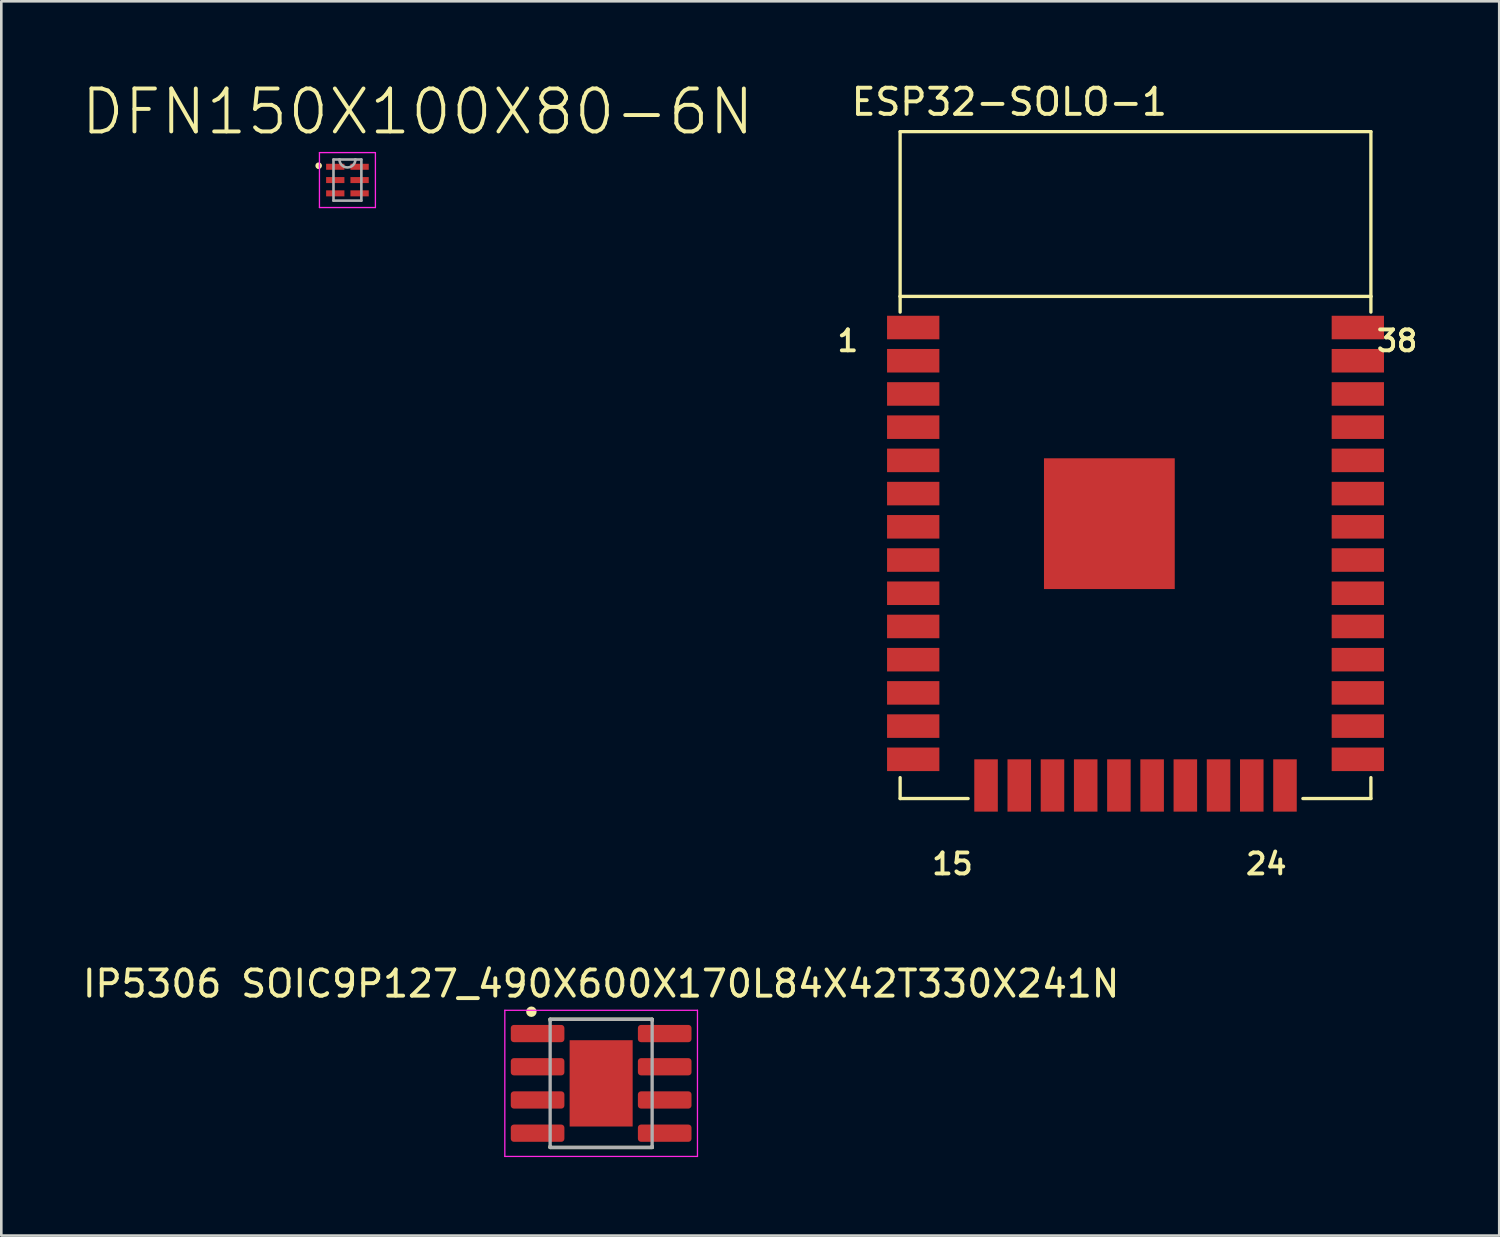
<source format=kicad_pcb>
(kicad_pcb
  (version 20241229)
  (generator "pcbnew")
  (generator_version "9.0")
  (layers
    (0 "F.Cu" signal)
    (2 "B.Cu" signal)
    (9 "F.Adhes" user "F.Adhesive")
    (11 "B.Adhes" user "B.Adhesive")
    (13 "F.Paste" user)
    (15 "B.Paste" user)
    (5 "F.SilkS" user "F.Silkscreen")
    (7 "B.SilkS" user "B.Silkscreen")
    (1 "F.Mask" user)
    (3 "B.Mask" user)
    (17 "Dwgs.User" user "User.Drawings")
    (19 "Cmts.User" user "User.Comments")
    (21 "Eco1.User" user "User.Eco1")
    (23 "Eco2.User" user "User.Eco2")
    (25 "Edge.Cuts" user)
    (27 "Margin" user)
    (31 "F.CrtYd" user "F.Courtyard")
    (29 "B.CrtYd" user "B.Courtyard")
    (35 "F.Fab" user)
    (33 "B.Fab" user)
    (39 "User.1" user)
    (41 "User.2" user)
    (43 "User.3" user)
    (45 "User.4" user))
  (footprint "DFN150X100X80-6N"
    (layer "F.Cu")
    (at 10.234 3.835)
    (property "Reference" "DFN150X100X80-6N" (at 2.686 -2.612 0) (layer "F.SilkS") (effects (font (size 1.642 1.642) (thickness 0.15))))
    (attr smd)
    (fp_circle (center -1.1 -0.55) (end -1.05 -0.55) (stroke (width 0.05) (type solid)) (fill no) (layer "F.SilkS"))
    (fp_circle (center -1.1 -0.55) (end -1.029 -0.55) (stroke (width 0.05) (type solid)) (fill no) (layer "F.SilkS"))
    (fp_circle (center -1.1 -0.55) (end -1.029 -0.55) (stroke (width 0.05) (type solid)) (fill no) (layer "F.SilkS"))
    (fp_circle (center -1.1 -0.55) (end -1 -0.55) (stroke (width 0.05) (type solid)) (fill no) (layer "F.SilkS"))
    (fp_circle (center -1.1 -0.5) (end -1.05 -0.5) (stroke (width 0.05) (type solid)) (fill no) (layer "F.SilkS"))
    (fp_line (start -1.07 -1.05) (end 1.07 -1.05) (stroke (width 0.05) (type solid)) (layer "F.CrtYd"))
    (fp_line (start -1.07 1.05) (end -1.07 -1.05) (stroke (width 0.05) (type solid)) (layer "F.CrtYd"))
    (fp_line (start -1.07 1.05) (end 1.07 1.05) (stroke (width 0.05) (type solid)) (layer "F.CrtYd"))
    (fp_line (start 1.07 -1.05) (end 1.07 1.05) (stroke (width 0.05) (type solid)) (layer "F.CrtYd"))
    (fp_line (start -0.533 -0.787) (end -0.533 0.787) (stroke (width 0.1) (type solid)) (layer "F.Fab"))
    (fp_line (start -0.533 0.787) (end 0.533 0.787) (stroke (width 0.1) (type solid)) (layer "F.Fab"))
    (fp_line (start -0.305 -0.787) (end -0.533 -0.787) (stroke (width 0.1) (type solid)) (layer "F.Fab"))
    (fp_line (start 0.305 -0.787) (end -0.305 -0.787) (stroke (width 0.1) (type solid)) (layer "F.Fab"))
    (fp_line (start 0.533 -0.787) (end 0.305 -0.787) (stroke (width 0.1) (type solid)) (layer "F.Fab"))
    (fp_line (start 0.533 0.787) (end 0.533 -0.787) (stroke (width 0.1) (type solid)) (layer "F.Fab"))
    (fp_arc (start 0.3048 -0.7874) (mid 0 -0.4826) (end -0.3048 -0.7874) (stroke (width 0.1) (type solid)) (layer "F.Fab"))
    (pad "1" smd rect (at -0.465 -0.508) (size 0.7 0.23) (layers "F.Cu" "F.Mask" "F.Paste"))
    (pad "2" smd rect (at -0.465 0) (size 0.7 0.23) (layers "F.Cu" "F.Mask" "F.Paste"))
    (pad "3" smd rect (at -0.465 0.508) (size 0.7 0.23) (layers "F.Cu" "F.Mask" "F.Paste"))
    (pad "4" smd rect (at 0.465 0.508) (size 0.7 0.23) (layers "F.Cu" "F.Mask" "F.Paste"))
    (pad "5" smd rect (at 0.465 0) (size 0.7 0.23) (layers "F.Cu" "F.Mask" "F.Paste"))
    (pad "6" smd rect (at 0.465 -0.508) (size 0.7 0.23) (layers "F.Cu" "F.Mask" "F.Paste")))
  (footprint "ESP32-SOLO-1"
    (layer "F.Cu")
    (at 40.367 27.483)
    (property "Reference" "ESP32-SOLO-1" (at -4.825 -26.635 0) (layer "F.SilkS") (effects (font (size 1 1) (thickness 0.15))))
    (attr smd)
    (fp_line (start -9 -25.5) (end 9 -25.5) (stroke (width 0.127) (type solid)) (layer "F.SilkS"))
    (fp_line (start -9 -19.2) (end -9 -25.5) (stroke (width 0.127) (type solid)) (layer "F.SilkS"))
    (fp_line (start -9 -19.2) (end -9 -18.6) (stroke (width 0.127) (type solid)) (layer "F.SilkS"))
    (fp_line (start -9 -0.8) (end -9 0) (stroke (width 0.127) (type solid)) (layer "F.SilkS"))
    (fp_line (start -9 0) (end -6.4 0) (stroke (width 0.127) (type solid)) (layer "F.SilkS"))
    (fp_line (start 6.4 0) (end 9 0) (stroke (width 0.127) (type solid)) (layer "F.SilkS"))
    (fp_line (start 9 -25.5) (end 9 -19.2) (stroke (width 0.127) (type solid)) (layer "F.SilkS"))
    (fp_line (start 9 -19.2) (end -9 -19.2) (stroke (width 0.127) (type solid)) (layer "F.SilkS"))
    (fp_line (start 9 -19.2) (end 9 -18.6) (stroke (width 0.127) (type solid)) (layer "F.SilkS"))
    (fp_line (start 9 0) (end 9 -0.8) (stroke (width 0.127) (type solid)) (layer "F.SilkS"))
    (fp_text user "24" (at 5 2.5 0) (layer "F.SilkS") (effects (font (size 0.8 0.8) (thickness 0.15))))
    (fp_text user "15" (at -7 2.5 0) (layer "F.SilkS") (effects (font (size 0.8 0.8) (thickness 0.15))))
    (fp_text user "1" (at -11 -17.5 0) (layer "F.SilkS") (effects (font (size 0.8 0.8) (thickness 0.15))))
    (fp_text user "38" (at 10 -17.5 0) (layer "F.SilkS") (effects (font (size 0.8 0.8) (thickness 0.15))))
    (pad "P$1" smd rect (at -8.5 -18.01) (size 2 0.9) (layers "F.Cu" "F.Mask" "F.Paste"))
    (pad "P$2" smd rect (at -8.5 -16.74) (size 2 0.9) (layers "F.Cu" "F.Mask" "F.Paste"))
    (pad "P$3" smd rect (at -8.5 -15.47) (size 2 0.9) (layers "F.Cu" "F.Mask" "F.Paste"))
    (pad "P$4" smd rect (at -8.5 -14.2) (size 2 0.9) (layers "F.Cu" "F.Mask" "F.Paste"))
    (pad "P$5" smd rect (at -8.5 -12.93) (size 2 0.9) (layers "F.Cu" "F.Mask" "F.Paste"))
    (pad "P$6" smd rect (at -8.5 -11.66) (size 2 0.9) (layers "F.Cu" "F.Mask" "F.Paste"))
    (pad "P$7" smd rect (at -8.5 -10.39) (size 2 0.9) (layers "F.Cu" "F.Mask" "F.Paste"))
    (pad "P$8" smd rect (at -8.5 -9.12) (size 2 0.9) (layers "F.Cu" "F.Mask" "F.Paste"))
    (pad "P$9" smd rect (at -8.5 -7.85) (size 2 0.9) (layers "F.Cu" "F.Mask" "F.Paste"))
    (pad "P$10" smd rect (at -8.5 -6.58) (size 2 0.9) (layers "F.Cu" "F.Mask" "F.Paste"))
    (pad "P$11" smd rect (at -8.5 -5.31) (size 2 0.9) (layers "F.Cu" "F.Mask" "F.Paste"))
    (pad "P$12" smd rect (at -8.5 -4.04) (size 2 0.9) (layers "F.Cu" "F.Mask" "F.Paste"))
    (pad "P$13" smd rect (at -8.5 -2.77) (size 2 0.9) (layers "F.Cu" "F.Mask" "F.Paste"))
    (pad "P$14" smd rect (at -8.5 -1.5) (size 2 0.9) (layers "F.Cu" "F.Mask" "F.Paste"))
    (pad "P$15" smd rect (at -5.715 -0.5 90) (size 2 0.9) (layers "F.Cu" "F.Mask" "F.Paste"))
    (pad "P$16" smd rect (at -4.445 -0.5 90) (size 2 0.9) (layers "F.Cu" "F.Mask" "F.Paste"))
    (pad "P$17" smd rect (at -3.175 -0.5 90) (size 2 0.9) (layers "F.Cu" "F.Mask" "F.Paste"))
    (pad "P$18" smd rect (at -1.905 -0.5 90) (size 2 0.9) (layers "F.Cu" "F.Mask" "F.Paste"))
    (pad "P$19" smd rect (at -0.635 -0.5 90) (size 2 0.9) (layers "F.Cu" "F.Mask" "F.Paste"))
    (pad "P$20" smd rect (at 0.635 -0.5 90) (size 2 0.9) (layers "F.Cu" "F.Mask" "F.Paste"))
    (pad "P$21" smd rect (at 1.905 -0.5 90) (size 2 0.9) (layers "F.Cu" "F.Mask" "F.Paste"))
    (pad "P$22" smd rect (at 3.175 -0.5 90) (size 2 0.9) (layers "F.Cu" "F.Mask" "F.Paste"))
    (pad "P$23" smd rect (at 4.445 -0.5 90) (size 2 0.9) (layers "F.Cu" "F.Mask" "F.Paste"))
    (pad "P$24" smd rect (at 5.715 -0.5 90) (size 2 0.9) (layers "F.Cu" "F.Mask" "F.Paste"))
    (pad "P$25" smd rect (at 8.5 -1.5 180) (size 2 0.9) (layers "F.Cu" "F.Mask" "F.Paste"))
    (pad "P$26" smd rect (at 8.5 -2.77 180) (size 2 0.9) (layers "F.Cu" "F.Mask" "F.Paste"))
    (pad "P$27" smd rect (at 8.5 -4.04 180) (size 2 0.9) (layers "F.Cu" "F.Mask" "F.Paste"))
    (pad "P$28" smd rect (at 8.5 -5.31 180) (size 2 0.9) (layers "F.Cu" "F.Mask" "F.Paste"))
    (pad "P$29" smd rect (at 8.5 -6.58 180) (size 2 0.9) (layers "F.Cu" "F.Mask" "F.Paste"))
    (pad "P$30" smd rect (at 8.5 -7.85 180) (size 2 0.9) (layers "F.Cu" "F.Mask" "F.Paste"))
    (pad "P$31" smd rect (at 8.5 -9.12 180) (size 2 0.9) (layers "F.Cu" "F.Mask" "F.Paste"))
    (pad "P$32" smd rect (at 8.5 -10.39 180) (size 2 0.9) (layers "F.Cu" "F.Mask" "F.Paste"))
    (pad "P$33" smd rect (at 8.5 -11.66 180) (size 2 0.9) (layers "F.Cu" "F.Mask" "F.Paste"))
    (pad "P$34" smd rect (at 8.5 -12.93 180) (size 2 0.9) (layers "F.Cu" "F.Mask" "F.Paste"))
    (pad "P$35" smd rect (at 8.5 -14.2 180) (size 2 0.9) (layers "F.Cu" "F.Mask" "F.Paste"))
    (pad "P$36" smd rect (at 8.5 -15.47 180) (size 2 0.9) (layers "F.Cu" "F.Mask" "F.Paste"))
    (pad "P$37" smd rect (at 8.5 -16.74 180) (size 2 0.9) (layers "F.Cu" "F.Mask" "F.Paste"))
    (pad "P$38" smd rect (at 8.5 -18.01 180) (size 2 0.9) (layers "F.Cu" "F.Mask" "F.Paste"))
    (pad "P$39" smd rect (at -1 -10.51) (size 5 5) (layers "F.Cu" "F.Mask" "F.Paste")))
  (footprint "IP5306 SOIC9P127_490X600X170L84X42T330X241N"
    (layer "F.Cu")
    (at 19.935 38.373)
    (property "Reference" "IP5306 SOIC9P127_490X600X170L84X42T330X241N" (at 0 -3.81 0) (layer "F.SilkS") (effects (font (size 1 1) (thickness 0.15))))
    (attr smd)
    (fp_line (start -1.95 -2.45) (end -1.95 -2.4) (stroke (width 0.127) (type solid)) (layer "F.SilkS"))
    (fp_line (start -1.95 -2.45) (end 1.95 -2.45) (stroke (width 0.127) (type solid)) (layer "F.SilkS"))
    (fp_line (start -1.95 2.4) (end -1.95 2.45) (stroke (width 0.127) (type solid)) (layer "F.SilkS"))
    (fp_line (start -1.95 2.45) (end 1.95 2.45) (stroke (width 0.127) (type solid)) (layer "F.SilkS"))
    (fp_line (start 1.95 -2.45) (end 1.95 -2.4) (stroke (width 0.127) (type solid)) (layer "F.SilkS"))
    (fp_line (start 1.95 2.4) (end 1.95 2.45) (stroke (width 0.127) (type solid)) (layer "F.SilkS"))
    (fp_circle (center -2.667 -2.74) (end -2.567 -2.74) (stroke (width 0.2) (type solid)) (fill no) (layer "F.SilkS"))
    (fp_poly (pts (xy -0.935 -1.375) (xy -0.135 -1.375) (xy -0.135 -0.135) (xy -0.935 -0.135)) (stroke (width 0.01) (type solid)) (fill yes) (layer "F.Paste"))
    (fp_poly (pts (xy -0.935 0.135) (xy -0.135 0.135) (xy -0.135 1.375) (xy -0.935 1.375)) (stroke (width 0.01) (type solid)) (fill yes) (layer "F.Paste"))
    (fp_poly (pts (xy 0.135 -1.375) (xy 0.935 -1.375) (xy 0.935 -0.135) (xy 0.135 -0.135)) (stroke (width 0.01) (type solid)) (fill yes) (layer "F.Paste"))
    (fp_poly (pts (xy 0.135 0.135) (xy 0.935 0.135) (xy 0.935 1.375) (xy 0.135 1.375)) (stroke (width 0.01) (type solid)) (fill yes) (layer "F.Paste"))
    (fp_line (start -3.683 -2.794) (end 3.683 -2.794) (stroke (width 0.05) (type solid)) (layer "F.CrtYd"))
    (fp_line (start -3.683 2.794) (end -3.683 -2.794) (stroke (width 0.05) (type solid)) (layer "F.CrtYd"))
    (fp_line (start 3.683 -2.794) (end 3.683 2.794) (stroke (width 0.05) (type solid)) (layer "F.CrtYd"))
    (fp_line (start 3.683 2.794) (end -3.683 2.794) (stroke (width 0.05) (type solid)) (layer "F.CrtYd"))
    (fp_line (start -1.95 -2.45) (end 1.95 -2.45) (stroke (width 0.127) (type solid)) (layer "F.Fab"))
    (fp_line (start -1.95 2.45) (end -1.95 -2.45) (stroke (width 0.127) (type solid)) (layer "F.Fab"))
    (fp_line (start 1.95 -2.45) (end 1.95 2.45) (stroke (width 0.127) (type solid)) (layer "F.Fab"))
    (fp_line (start 1.95 2.45) (end -1.95 2.45) (stroke (width 0.127) (type solid)) (layer "F.Fab"))
    (pad "1" smd roundrect (at -2.43 -1.905) (size 2.05 0.66) (layers "F.Cu" "F.Mask" "F.Paste") (roundrect_rratio 0.18))
    (pad "2" smd roundrect (at -2.43 -0.635) (size 2.05 0.66) (layers "F.Cu" "F.Mask" "F.Paste") (roundrect_rratio 0.18))
    (pad "3" smd roundrect (at -2.43 0.635) (size 2.05 0.66) (layers "F.Cu" "F.Mask" "F.Paste") (roundrect_rratio 0.18))
    (pad "4" smd roundrect (at -2.43 1.905) (size 2.05 0.66) (layers "F.Cu" "F.Mask" "F.Paste") (roundrect_rratio 0.18))
    (pad "5" smd roundrect (at 2.43 1.905) (size 2.05 0.66) (layers "F.Cu" "F.Mask" "F.Paste") (roundrect_rratio 0.18))
    (pad "6" smd roundrect (at 2.43 0.635) (size 2.05 0.66) (layers "F.Cu" "F.Mask" "F.Paste") (roundrect_rratio 0.18))
    (pad "7" smd roundrect (at 2.43 -0.635) (size 2.05 0.66) (layers "F.Cu" "F.Mask" "F.Paste") (roundrect_rratio 0.18))
    (pad "8" smd roundrect (at 2.43 -1.905) (size 2.05 0.66) (layers "F.Cu" "F.Mask" "F.Paste") (roundrect_rratio 0.18))
    (pad "9" smd rect (at 0 0) (size 2.41 3.3) (layers "F.Cu" "F.Mask")))
  (gr_rect
    (start -3 -3)
    (end 54.274 44.192)
    (stroke (width 0.1) (type default))
    (fill no)
    (layer "Edge.Cuts")))
</source>
